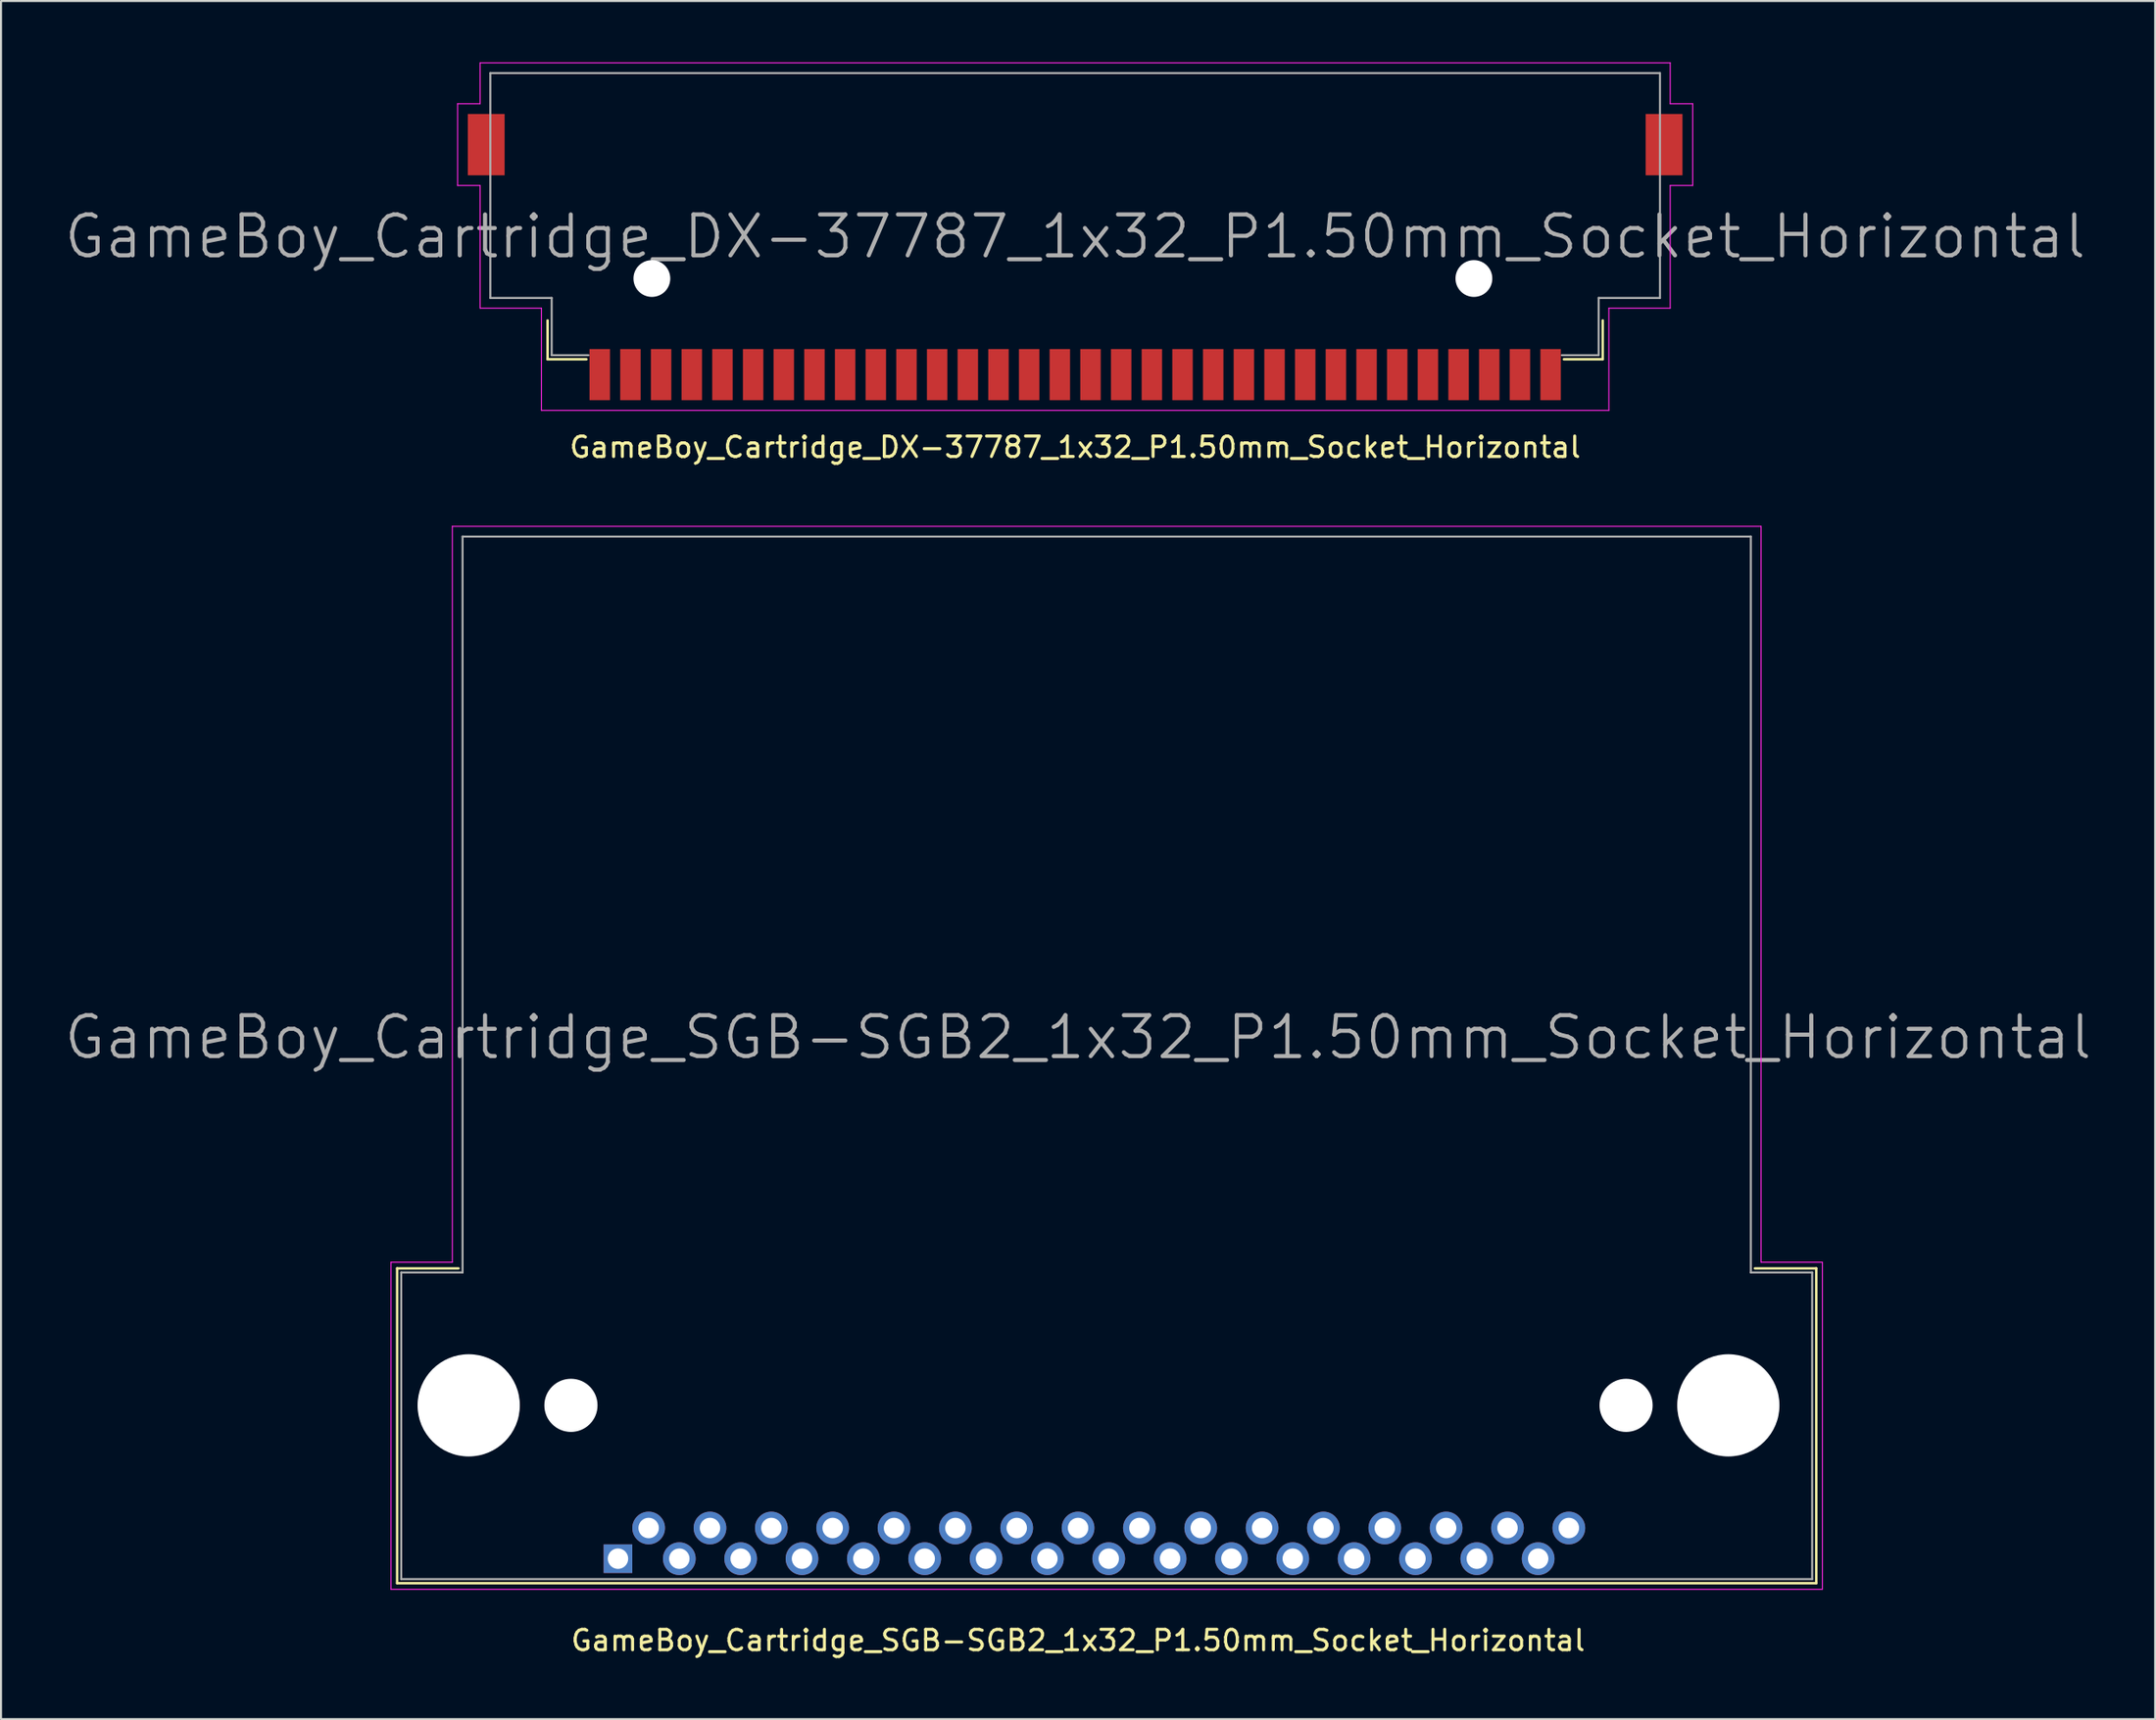
<source format=kicad_pcb>
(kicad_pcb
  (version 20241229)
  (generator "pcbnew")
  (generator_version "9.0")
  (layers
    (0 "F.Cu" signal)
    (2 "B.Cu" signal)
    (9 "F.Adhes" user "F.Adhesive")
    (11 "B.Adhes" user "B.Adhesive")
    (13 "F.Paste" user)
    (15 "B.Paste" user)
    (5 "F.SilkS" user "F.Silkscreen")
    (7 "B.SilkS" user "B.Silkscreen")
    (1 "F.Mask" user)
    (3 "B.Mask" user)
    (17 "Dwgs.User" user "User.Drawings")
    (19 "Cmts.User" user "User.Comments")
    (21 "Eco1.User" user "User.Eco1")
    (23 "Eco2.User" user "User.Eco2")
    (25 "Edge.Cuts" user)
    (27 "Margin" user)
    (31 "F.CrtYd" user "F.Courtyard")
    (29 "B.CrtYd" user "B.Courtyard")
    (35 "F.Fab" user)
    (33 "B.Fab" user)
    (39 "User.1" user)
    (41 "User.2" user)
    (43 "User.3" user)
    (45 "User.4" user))
  (footprint "GameBoy_Cartridge_SGB-SGB2_1x32_P1.50mm_Socket_Horizontal"
    (layer "F.Cu")
    (at 27.171 73.198)
    (property "Reference" "GameBoy_Cartridge_SGB-SGB2_1x32_P1.50mm_Socket_Horizontal" (at 22.5 4 0) (layer "F.SilkS") (effects (font (size 1 1) (thickness 0.15))))
    (attr through_hole)
    (fp_line (start -10.8 -14.2) (end -7.8 -14.2) (stroke (width 0.12) (type solid)) (layer "F.SilkS"))
    (fp_line (start -10.8 1.2) (end -10.8 -14.2) (stroke (width 0.12) (type solid)) (layer "F.SilkS"))
    (fp_line (start 55.6 -14.2) (end 58.6 -14.2) (stroke (width 0.12) (type solid)) (layer "F.SilkS"))
    (fp_line (start 58.6 -14.2) (end 58.6 1.2) (stroke (width 0.12) (type solid)) (layer "F.SilkS"))
    (fp_line (start 58.6 1.2) (end -10.8 1.2) (stroke (width 0.12) (type solid)) (layer "F.SilkS"))
    (fp_line (start -11.1 -14.5) (end -8.1 -14.5) (stroke (width 0.05) (type solid)) (layer "F.CrtYd"))
    (fp_line (start -11.1 1.5) (end -11.1 -14.5) (stroke (width 0.05) (type solid)) (layer "F.CrtYd"))
    (fp_line (start -8.1 -50.5) (end 55.9 -50.5) (stroke (width 0.05) (type solid)) (layer "F.CrtYd"))
    (fp_line (start -8.1 -14.5) (end -8.1 -50.5) (stroke (width 0.05) (type solid)) (layer "F.CrtYd"))
    (fp_line (start 55.9 -50.5) (end 55.9 -14.5) (stroke (width 0.05) (type solid)) (layer "F.CrtYd"))
    (fp_line (start 55.9 -14.5) (end 58.9 -14.5) (stroke (width 0.05) (type solid)) (layer "F.CrtYd"))
    (fp_line (start 58.9 -14.5) (end 58.9 1.5) (stroke (width 0.05) (type solid)) (layer "F.CrtYd"))
    (fp_line (start 58.9 1.5) (end -11.1 1.5) (stroke (width 0.05) (type solid)) (layer "F.CrtYd"))
    (fp_line (start -10.6 -14) (end -7.6 -14) (stroke (width 0.1) (type solid)) (layer "F.Fab"))
    (fp_line (start -10.6 1) (end -10.6 -14) (stroke (width 0.1) (type solid)) (layer "F.Fab"))
    (fp_line (start -10.6 1) (end 58.4 1) (stroke (width 0.1) (type solid)) (layer "F.Fab"))
    (fp_line (start -7.6 -50) (end 55.4 -50) (stroke (width 0.1) (type solid)) (layer "F.Fab"))
    (fp_line (start -7.6 -14) (end -7.6 -50) (stroke (width 0.1) (type solid)) (layer "F.Fab"))
    (fp_line (start 55.4 -14) (end 55.4 -50) (stroke (width 0.1) (type solid)) (layer "F.Fab"))
    (fp_line (start 55.4 -14) (end 58.4 -14) (stroke (width 0.1) (type solid)) (layer "F.Fab"))
    (fp_line (start 58.4 1) (end 58.4 -14) (stroke (width 0.1) (type solid)) (layer "F.Fab"))
    (fp_text user "${REFERENCE}" (at 22.5 -25.5 0) (layer "F.Fab") (effects (font (size 2 2) (thickness 0.2))))
    (pad "" np_thru_hole circle (at -7.3 -7.5) (size 5 5) (drill 5) (layers "*.Cu" "*.Mask"))
    (pad "" np_thru_hole circle (at -2.3 -7.5) (size 2.6 2.6) (drill 2.6) (layers "*.Cu" "*.Mask"))
    (pad "" np_thru_hole circle (at 49.3 -7.5) (size 2.6 2.6) (drill 2.6) (layers "*.Cu" "*.Mask"))
    (pad "" np_thru_hole circle (at 54.3 -7.5) (size 5 5) (drill 5) (layers "*.Cu" "*.Mask"))
    (pad "1" thru_hole rect (at 0 0) (size 1.4 1.4) (drill 1) (layers "*.Cu" "*.Mask"))
    (pad "2" thru_hole circle (at 1.5 -1.5) (size 1.6 1.6) (drill 1) (layers "*.Cu" "*.Mask"))
    (pad "3" thru_hole circle (at 3 0) (size 1.6 1.6) (drill 1) (layers "*.Cu" "*.Mask"))
    (pad "4" thru_hole circle (at 4.5 -1.5) (size 1.6 1.6) (drill 1) (layers "*.Cu" "*.Mask"))
    (pad "5" thru_hole circle (at 6 0) (size 1.6 1.6) (drill 1) (layers "*.Cu" "*.Mask"))
    (pad "6" thru_hole circle (at 7.5 -1.5) (size 1.6 1.6) (drill 1) (layers "*.Cu" "*.Mask"))
    (pad "7" thru_hole circle (at 9 0) (size 1.6 1.6) (drill 1) (layers "*.Cu" "*.Mask"))
    (pad "8" thru_hole circle (at 10.5 -1.5) (size 1.6 1.6) (drill 1) (layers "*.Cu" "*.Mask"))
    (pad "9" thru_hole circle (at 12 0) (size 1.6 1.6) (drill 1) (layers "*.Cu" "*.Mask"))
    (pad "10" thru_hole circle (at 13.5 -1.5) (size 1.6 1.6) (drill 1) (layers "*.Cu" "*.Mask"))
    (pad "11" thru_hole circle (at 15 0) (size 1.6 1.6) (drill 1) (layers "*.Cu" "*.Mask"))
    (pad "12" thru_hole circle (at 16.5 -1.5) (size 1.6 1.6) (drill 1) (layers "*.Cu" "*.Mask"))
    (pad "13" thru_hole circle (at 18 0) (size 1.6 1.6) (drill 1) (layers "*.Cu" "*.Mask"))
    (pad "14" thru_hole circle (at 19.5 -1.5) (size 1.6 1.6) (drill 1) (layers "*.Cu" "*.Mask"))
    (pad "15" thru_hole circle (at 21 0) (size 1.6 1.6) (drill 1) (layers "*.Cu" "*.Mask"))
    (pad "16" thru_hole circle (at 22.5 -1.5) (size 1.6 1.6) (drill 1) (layers "*.Cu" "*.Mask"))
    (pad "17" thru_hole circle (at 24 0) (size 1.6 1.6) (drill 1) (layers "*.Cu" "*.Mask"))
    (pad "18" thru_hole circle (at 25.5 -1.5) (size 1.6 1.6) (drill 1) (layers "*.Cu" "*.Mask"))
    (pad "19" thru_hole circle (at 27 0) (size 1.6 1.6) (drill 1) (layers "*.Cu" "*.Mask"))
    (pad "20" thru_hole circle (at 28.5 -1.5) (size 1.6 1.6) (drill 1) (layers "*.Cu" "*.Mask"))
    (pad "21" thru_hole circle (at 30 0) (size 1.6 1.6) (drill 1) (layers "*.Cu" "*.Mask"))
    (pad "22" thru_hole circle (at 31.5 -1.5) (size 1.6 1.6) (drill 1) (layers "*.Cu" "*.Mask"))
    (pad "23" thru_hole circle (at 33 0) (size 1.6 1.6) (drill 1) (layers "*.Cu" "*.Mask"))
    (pad "24" thru_hole circle (at 34.5 -1.5) (size 1.6 1.6) (drill 1) (layers "*.Cu" "*.Mask"))
    (pad "25" thru_hole circle (at 36 0) (size 1.6 1.6) (drill 1) (layers "*.Cu" "*.Mask"))
    (pad "26" thru_hole circle (at 37.5 -1.5) (size 1.6 1.6) (drill 1) (layers "*.Cu" "*.Mask"))
    (pad "27" thru_hole circle (at 39 0) (size 1.6 1.6) (drill 1) (layers "*.Cu" "*.Mask"))
    (pad "28" thru_hole circle (at 40.5 -1.5) (size 1.6 1.6) (drill 1) (layers "*.Cu" "*.Mask"))
    (pad "29" thru_hole circle (at 42 0) (size 1.6 1.6) (drill 1) (layers "*.Cu" "*.Mask"))
    (pad "30" thru_hole circle (at 43.5 -1.5) (size 1.6 1.6) (drill 1) (layers "*.Cu" "*.Mask"))
    (pad "31" thru_hole circle (at 45 0) (size 1.6 1.6) (drill 1) (layers "*.Cu" "*.Mask"))
    (pad "32" thru_hole circle (at 46.5 -1.5) (size 1.6 1.6) (drill 1) (layers "*.Cu" "*.Mask")))
  (footprint "GameBoy_Cartridge_DX-37787_1x32_P1.50mm_Socket_Horizontal"
    (layer "F.Cu")
    (at 49.529 9.525)
    (property "Reference" "GameBoy_Cartridge_DX-37787_1x32_P1.50mm_Socket_Horizontal" (at 0 9.3 180) (layer "F.SilkS") (effects (font (size 1 1) (thickness 0.15))))
    (attr smd)
    (fp_line (start -25.8 5) (end -25.8 3.1) (stroke (width 0.12) (type solid)) (layer "F.SilkS"))
    (fp_line (start -23.9 5) (end -25.8 5) (stroke (width 0.12) (type solid)) (layer "F.SilkS"))
    (fp_line (start 23.9 5) (end 25.8 5) (stroke (width 0.12) (type solid)) (layer "F.SilkS"))
    (fp_line (start 25.8 5) (end 25.8 3.1) (stroke (width 0.12) (type solid)) (layer "F.SilkS"))
    (fp_line (start -30.2 -7.5) (end -30.2 -3.5) (stroke (width 0.05) (type solid)) (layer "F.CrtYd"))
    (fp_line (start -30.2 -3.5) (end -29.1 -3.5) (stroke (width 0.05) (type solid)) (layer "F.CrtYd"))
    (fp_line (start -29.1 -9.5) (end -29.1 -7.5) (stroke (width 0.05) (type solid)) (layer "F.CrtYd"))
    (fp_line (start -29.1 -9.5) (end 29.1 -9.5) (stroke (width 0.05) (type solid)) (layer "F.CrtYd"))
    (fp_line (start -29.1 -7.5) (end -30.2 -7.5) (stroke (width 0.05) (type solid)) (layer "F.CrtYd"))
    (fp_line (start -29.1 -3.5) (end -29.1 2.5) (stroke (width 0.05) (type solid)) (layer "F.CrtYd"))
    (fp_line (start -29.1 2.5) (end -26.1 2.5) (stroke (width 0.05) (type solid)) (layer "F.CrtYd"))
    (fp_line (start -26.1 2.5) (end -26.1 7.5) (stroke (width 0.05) (type solid)) (layer "F.CrtYd"))
    (fp_line (start -26.1 7.5) (end 26.1 7.5) (stroke (width 0.05) (type solid)) (layer "F.CrtYd"))
    (fp_line (start 26.1 2.5) (end 29.1 2.5) (stroke (width 0.05) (type solid)) (layer "F.CrtYd"))
    (fp_line (start 26.1 7.5) (end 26.1 2.5) (stroke (width 0.05) (type solid)) (layer "F.CrtYd"))
    (fp_line (start 29.1 -7.5) (end 29.1 -9.5) (stroke (width 0.05) (type solid)) (layer "F.CrtYd"))
    (fp_line (start 29.1 -3.5) (end 30.2 -3.5) (stroke (width 0.05) (type solid)) (layer "F.CrtYd"))
    (fp_line (start 29.1 2.5) (end 29.1 -3.5) (stroke (width 0.05) (type solid)) (layer "F.CrtYd"))
    (fp_line (start 30.2 -7.5) (end 29.1 -7.5) (stroke (width 0.05) (type solid)) (layer "F.CrtYd"))
    (fp_line (start 30.2 -3.5) (end 30.2 -7.5) (stroke (width 0.05) (type solid)) (layer "F.CrtYd"))
    (fp_line (start -28.6 -9) (end 28.6 -9) (stroke (width 0.1) (type solid)) (layer "F.Fab"))
    (fp_line (start -28.6 2) (end -28.6 -9) (stroke (width 0.1) (type solid)) (layer "F.Fab"))
    (fp_line (start -25.6 2) (end -28.6 2) (stroke (width 0.1) (type solid)) (layer "F.Fab"))
    (fp_line (start -25.6 4.8) (end -25.6 2) (stroke (width 0.1) (type solid)) (layer "F.Fab"))
    (fp_line (start -23.8 4.8) (end -25.6 4.8) (stroke (width 0.1) (type solid)) (layer "F.Fab"))
    (fp_line (start 23.8 4.8) (end 25.6 4.8) (stroke (width 0.1) (type solid)) (layer "F.Fab"))
    (fp_line (start 25.6 2) (end 28.6 2) (stroke (width 0.1) (type solid)) (layer "F.Fab"))
    (fp_line (start 25.6 4.8) (end 25.6 2) (stroke (width 0.1) (type solid)) (layer "F.Fab"))
    (fp_line (start 28.6 2) (end 28.6 -9) (stroke (width 0.1) (type solid)) (layer "F.Fab"))
    (fp_text user "${REFERENCE}" (at 0 -1 0) (layer "F.Fab") (effects (font (size 2 2) (thickness 0.2))))
    (pad "" np_thru_hole circle (at -20.7 1.05) (size 1.8 1.8) (drill 1.8) (layers "*.Cu" "*.Mask"))
    (pad "" np_thru_hole circle (at 19.5 1.05) (size 1.8 1.8) (drill 1.8) (layers "*.Cu" "*.Mask"))
    (pad "1" smd rect (at -23.25 5.75) (size 1 2.5) (layers "F.Cu" "F.Mask" "F.Paste"))
    (pad "2" smd rect (at -21.75 5.75) (size 1 2.5) (layers "F.Cu" "F.Mask" "F.Paste"))
    (pad "3" smd rect (at -20.25 5.75) (size 1 2.5) (layers "F.Cu" "F.Mask" "F.Paste"))
    (pad "4" smd rect (at -18.75 5.75) (size 1 2.5) (layers "F.Cu" "F.Mask" "F.Paste"))
    (pad "5" smd rect (at -17.25 5.75) (size 1 2.5) (layers "F.Cu" "F.Mask" "F.Paste"))
    (pad "6" smd rect (at -15.75 5.75) (size 1 2.5) (layers "F.Cu" "F.Mask" "F.Paste"))
    (pad "7" smd rect (at -14.25 5.75) (size 1 2.5) (layers "F.Cu" "F.Mask" "F.Paste"))
    (pad "8" smd rect (at -12.75 5.75) (size 1 2.5) (layers "F.Cu" "F.Mask" "F.Paste"))
    (pad "9" smd rect (at -11.25 5.75) (size 1 2.5) (layers "F.Cu" "F.Mask" "F.Paste"))
    (pad "10" smd rect (at -9.75 5.75) (size 1 2.5) (layers "F.Cu" "F.Mask" "F.Paste"))
    (pad "11" smd rect (at -8.25 5.75) (size 1 2.5) (layers "F.Cu" "F.Mask" "F.Paste"))
    (pad "12" smd rect (at -6.75 5.75) (size 1 2.5) (layers "F.Cu" "F.Mask" "F.Paste"))
    (pad "13" smd rect (at -5.25 5.75) (size 1 2.5) (layers "F.Cu" "F.Mask" "F.Paste"))
    (pad "14" smd rect (at -3.75 5.75) (size 1 2.5) (layers "F.Cu" "F.Mask" "F.Paste"))
    (pad "15" smd rect (at -2.25 5.75) (size 1 2.5) (layers "F.Cu" "F.Mask" "F.Paste"))
    (pad "16" smd rect (at -0.75 5.75) (size 1 2.5) (layers "F.Cu" "F.Mask" "F.Paste"))
    (pad "17" smd rect (at 0.75 5.75) (size 1 2.5) (layers "F.Cu" "F.Mask" "F.Paste"))
    (pad "18" smd rect (at 2.25 5.75) (size 1 2.5) (layers "F.Cu" "F.Mask" "F.Paste"))
    (pad "19" smd rect (at 3.75 5.75) (size 1 2.5) (layers "F.Cu" "F.Mask" "F.Paste"))
    (pad "20" smd rect (at 5.25 5.75) (size 1 2.5) (layers "F.Cu" "F.Mask" "F.Paste"))
    (pad "21" smd rect (at 6.75 5.75) (size 1 2.5) (layers "F.Cu" "F.Mask" "F.Paste"))
    (pad "22" smd rect (at 8.25 5.75) (size 1 2.5) (layers "F.Cu" "F.Mask" "F.Paste"))
    (pad "23" smd rect (at 9.75 5.75) (size 1 2.5) (layers "F.Cu" "F.Mask" "F.Paste"))
    (pad "24" smd rect (at 11.25 5.75) (size 1 2.5) (layers "F.Cu" "F.Mask" "F.Paste"))
    (pad "25" smd rect (at 12.75 5.75) (size 1 2.5) (layers "F.Cu" "F.Mask" "F.Paste"))
    (pad "26" smd rect (at 14.25 5.75) (size 1 2.5) (layers "F.Cu" "F.Mask" "F.Paste"))
    (pad "27" smd rect (at 15.75 5.75) (size 1 2.5) (layers "F.Cu" "F.Mask" "F.Paste"))
    (pad "28" smd rect (at 17.25 5.75) (size 1 2.5) (layers "F.Cu" "F.Mask" "F.Paste"))
    (pad "29" smd rect (at 18.75 5.75) (size 1 2.5) (layers "F.Cu" "F.Mask" "F.Paste"))
    (pad "30" smd rect (at 20.25 5.75) (size 1 2.5) (layers "F.Cu" "F.Mask" "F.Paste"))
    (pad "31" smd rect (at 21.75 5.75) (size 1 2.5) (layers "F.Cu" "F.Mask" "F.Paste"))
    (pad "32" smd rect (at -28.8 -5.5) (size 1.8 3) (layers "F.Cu" "F.Mask" "F.Paste"))
    (pad "32" smd rect (at 23.25 5.75) (size 1 2.5) (layers "F.Cu" "F.Mask" "F.Paste"))
    (pad "32" smd rect (at 28.8 -5.5) (size 1.8 3) (layers "F.Cu" "F.Mask" "F.Paste")))
  (gr_rect
    (start -3 -3)
    (end 102.343 81.046)
    (stroke (width 0.1) (type default))
    (fill no)
    (layer "Edge.Cuts")))
</source>
